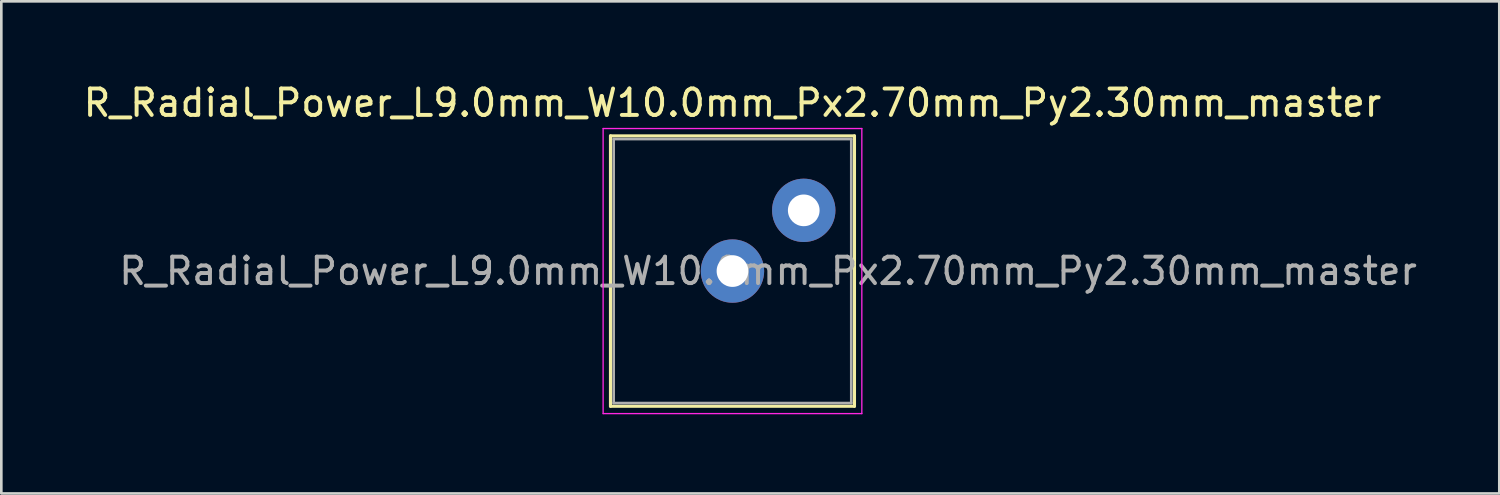
<source format=kicad_pcb>
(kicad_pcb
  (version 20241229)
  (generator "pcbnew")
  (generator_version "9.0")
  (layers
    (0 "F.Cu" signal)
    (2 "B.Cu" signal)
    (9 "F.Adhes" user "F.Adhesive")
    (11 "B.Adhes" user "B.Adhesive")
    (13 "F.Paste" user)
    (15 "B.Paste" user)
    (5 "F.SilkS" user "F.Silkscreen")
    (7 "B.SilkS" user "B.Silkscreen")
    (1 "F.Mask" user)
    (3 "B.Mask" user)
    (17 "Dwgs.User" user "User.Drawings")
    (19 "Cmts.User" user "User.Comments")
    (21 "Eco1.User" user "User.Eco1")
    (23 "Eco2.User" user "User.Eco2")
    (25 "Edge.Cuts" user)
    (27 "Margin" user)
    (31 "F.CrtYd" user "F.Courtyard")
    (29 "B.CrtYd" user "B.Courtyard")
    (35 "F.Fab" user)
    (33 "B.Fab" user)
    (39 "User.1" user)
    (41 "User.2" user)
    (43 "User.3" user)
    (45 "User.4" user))
  (footprint "R_Radial_Power_L9.0mm_W10.0mm_Px2.70mm_Py2.30mm_master"
    (layer "F.Cu")
    (at 24.696 7.218)
    (property "Reference" "R_Radial_Power_L9.0mm_W10.0mm_Px2.70mm_Py2.30mm_master" (at 0 -6.37 0) (layer "F.SilkS") (effects (font (size 1 1) (thickness 0.15))))
    (attr through_hole)
    (fp_line (start -4.62 -5.12) (end -4.62 5.12) (stroke (width 0.12) (type solid)) (layer "F.SilkS"))
    (fp_line (start -4.62 -5.12) (end 4.62 -5.12) (stroke (width 0.12) (type solid)) (layer "F.SilkS"))
    (fp_line (start -4.62 5.12) (end 4.62 5.12) (stroke (width 0.12) (type solid)) (layer "F.SilkS"))
    (fp_line (start 4.62 -5.12) (end 4.62 5.12) (stroke (width 0.12) (type solid)) (layer "F.SilkS"))
    (fp_line (start -4.9 -5.4) (end -4.9 5.4) (stroke (width 0.05) (type solid)) (layer "F.CrtYd"))
    (fp_line (start -4.9 5.4) (end 4.9 5.4) (stroke (width 0.05) (type solid)) (layer "F.CrtYd"))
    (fp_line (start 4.9 -5.4) (end -4.9 -5.4) (stroke (width 0.05) (type solid)) (layer "F.CrtYd"))
    (fp_line (start 4.9 5.4) (end 4.9 -5.4) (stroke (width 0.05) (type solid)) (layer "F.CrtYd"))
    (fp_line (start -4.5 -5) (end -4.5 5) (stroke (width 0.1) (type solid)) (layer "F.Fab"))
    (fp_line (start -4.5 5) (end 4.5 5) (stroke (width 0.1) (type solid)) (layer "F.Fab"))
    (fp_line (start 4.5 -5) (end -4.5 -5) (stroke (width 0.1) (type solid)) (layer "F.Fab"))
    (fp_line (start 4.5 5) (end 4.5 -5) (stroke (width 0.1) (type solid)) (layer "F.Fab"))
    (fp_text user "${REFERENCE}" (at 1.35 0 0) (layer "F.Fab") (effects (font (size 1 1) (thickness 0.15))))
    (pad "1" thru_hole circle (at 0 0) (size 2.4 2.4) (drill 1.2) (layers "*.Cu" "*.Mask"))
    (pad "2" thru_hole circle (at 2.7 -2.3) (size 2.4 2.4) (drill 1.2) (layers "*.Cu" "*.Mask")))
  (gr_rect
    (start -3 -3)
    (end 53.743 15.643)
    (stroke (width 0.1) (type default))
    (fill no)
    (layer "Edge.Cuts")))
</source>
